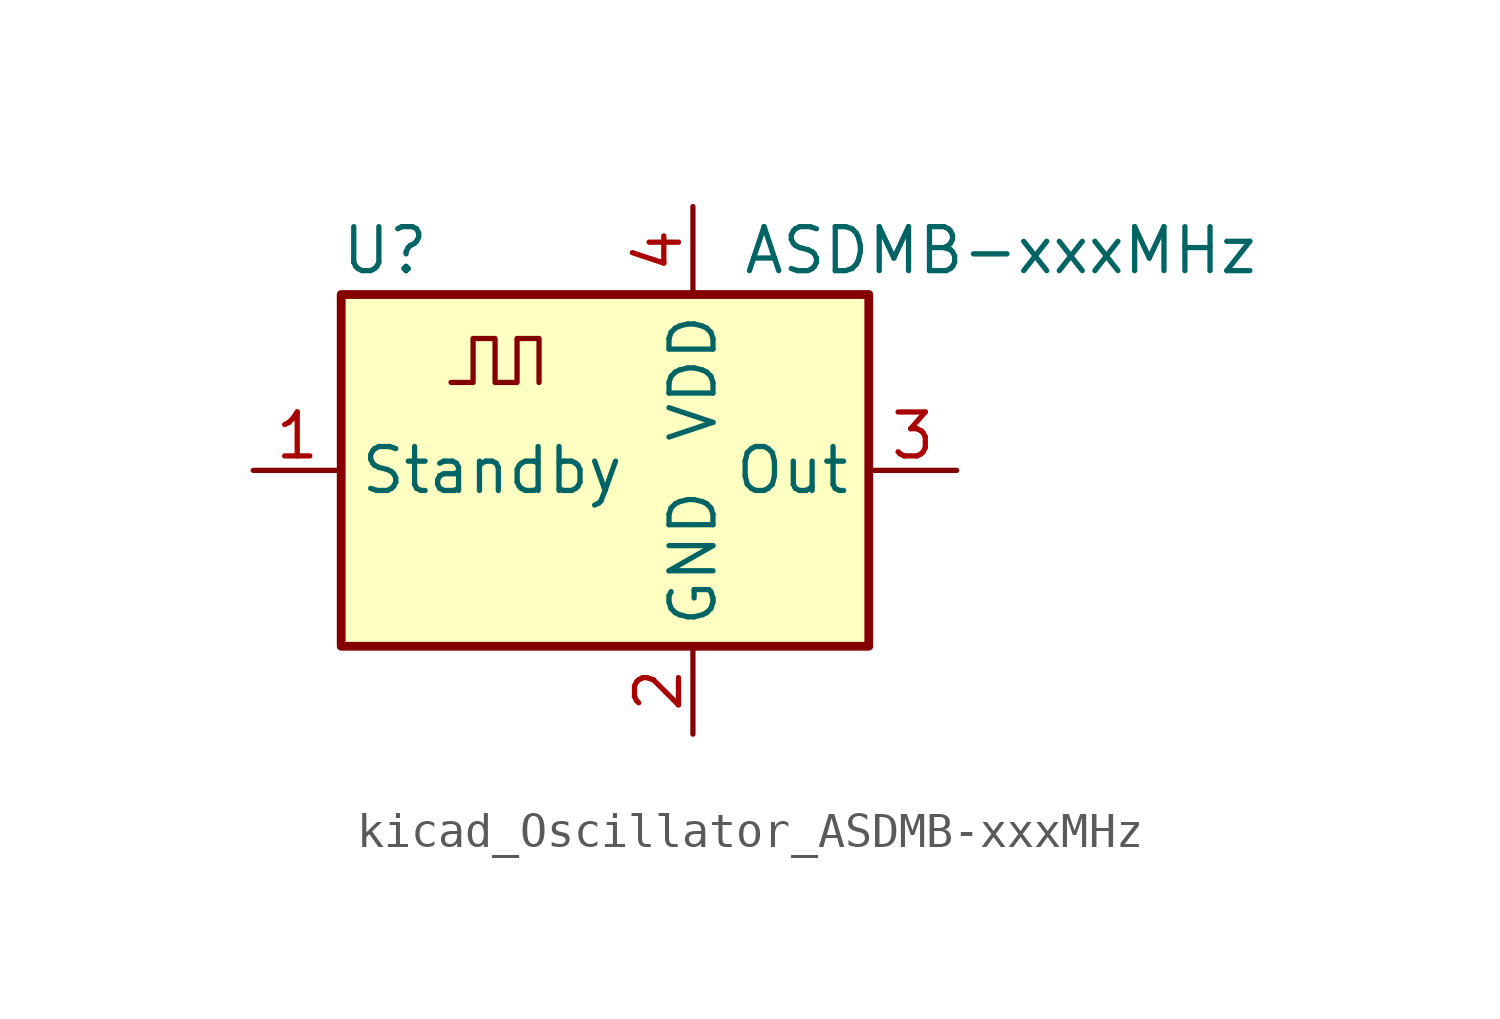
<source format=kicad_sym>
(kicad_symbol_lib
  (version 20220914)
  (generator kicad_symbol_editor)
  (symbol "kicad_Oscillator_ASDMB-xxxMHz"
    (property "Reference" "U"
      (at -6.35 6.35 0)
      (effects (font (size 1.27 1.27))))
    (property "Value" "ASDMB-xxxMHz"
      (at 11.43 6.35 0)
      (effects (font (size 1.27 1.27))))
    (symbol "kicad_Oscillator_ASDMB-xxxMHz_1_1"
      (rectangle (start -7.62 5.08) (end 7.62 -5.08) (stroke (width 0.254) (type default)) (fill (type background)))
      (polyline (pts (xy -4.445 2.54) (xy -3.81 2.54) (xy -3.81 3.81) (xy -3.175 3.81) (xy -3.175 2.54) (xy -2.54 2.54) (xy -2.54 3.81) (xy -1.905 3.81) (xy -1.905 2.54)) (stroke (width 0) (type default)) (fill (type none)))
      (pin input line (at -10.16 0 0) (length 2.54) (name "Standby" (effects (font (size 1.27 1.27)))) (number "1" (effects (font (size 1.27 1.27)))))
      (pin power_in line (at 2.54 -7.62 90) (length 2.54) (name "GND" (effects (font (size 1.27 1.27)))) (number "2" (effects (font (size 1.27 1.27)))))
      (pin output line (at 10.16 0 180) (length 2.54) (name "Out" (effects (font (size 1.27 1.27)))) (number "3" (effects (font (size 1.27 1.27)))))
      (pin power_in line (at 2.54 7.62 270) (length 2.54) (name "VDD" (effects (font (size 1.27 1.27)))) (number "4" (effects (font (size 1.27 1.27))))))))
</source>
